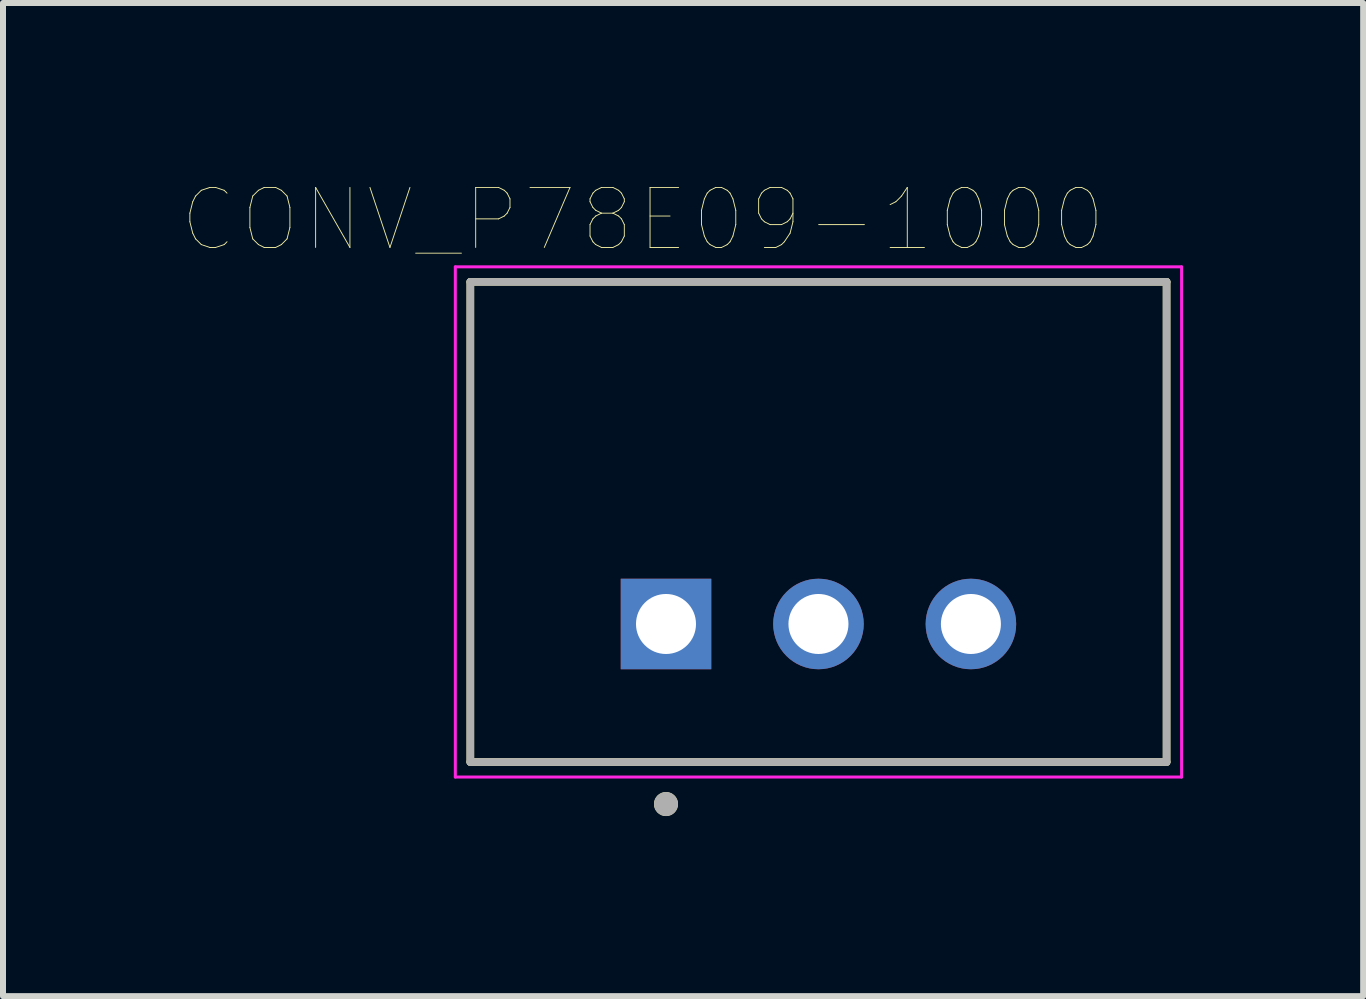
<source format=kicad_pcb>
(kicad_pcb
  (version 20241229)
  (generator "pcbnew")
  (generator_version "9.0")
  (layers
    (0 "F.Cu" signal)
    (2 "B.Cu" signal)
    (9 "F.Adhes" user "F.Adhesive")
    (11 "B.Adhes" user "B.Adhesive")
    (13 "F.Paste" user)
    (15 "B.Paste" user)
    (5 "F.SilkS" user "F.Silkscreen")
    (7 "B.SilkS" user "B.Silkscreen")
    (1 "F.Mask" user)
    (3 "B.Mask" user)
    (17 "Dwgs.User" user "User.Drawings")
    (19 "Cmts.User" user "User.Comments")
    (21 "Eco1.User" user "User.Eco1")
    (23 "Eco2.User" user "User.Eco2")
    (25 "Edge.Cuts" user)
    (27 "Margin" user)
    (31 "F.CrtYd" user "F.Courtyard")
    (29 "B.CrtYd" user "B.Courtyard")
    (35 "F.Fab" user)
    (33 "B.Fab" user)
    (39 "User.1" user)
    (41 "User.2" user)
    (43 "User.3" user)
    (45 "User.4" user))
  (footprint "CONV_P78E09-1000"
    (layer "F.Cu")
    (at 10.586 7.346)
    (property "Reference" "CONV_P78E09-1000" (at -2.925 -6.735 0) (layer "F.SilkS") (effects (font (size 1 1) (thickness 0.015))))
    (attr through_hole)
    (fp_line (start -5.8 -5.7) (end 5.8 -5.7) (stroke (width 0.127) (type solid)) (layer "F.SilkS"))
    (fp_line (start -5.8 2.3) (end -5.8 -5.7) (stroke (width 0.127) (type solid)) (layer "F.SilkS"))
    (fp_line (start 5.8 -5.7) (end 5.8 2.3) (stroke (width 0.127) (type solid)) (layer "F.SilkS"))
    (fp_line (start 5.8 2.3) (end -5.8 2.3) (stroke (width 0.127) (type solid)) (layer "F.SilkS"))
    (fp_circle (center -2.54 3) (end -2.44 3) (stroke (width 0.2) (type solid)) (fill no) (layer "F.SilkS"))
    (fp_line (start -6.05 -5.95) (end 6.05 -5.95) (stroke (width 0.05) (type solid)) (layer "F.CrtYd"))
    (fp_line (start -6.05 2.55) (end -6.05 -5.95) (stroke (width 0.05) (type solid)) (layer "F.CrtYd"))
    (fp_line (start 6.05 -5.95) (end 6.05 2.55) (stroke (width 0.05) (type solid)) (layer "F.CrtYd"))
    (fp_line (start 6.05 2.55) (end -6.05 2.55) (stroke (width 0.05) (type solid)) (layer "F.CrtYd"))
    (fp_line (start -5.8 -5.7) (end 5.8 -5.7) (stroke (width 0.127) (type solid)) (layer "F.Fab"))
    (fp_line (start -5.8 2.3) (end -5.8 -5.7) (stroke (width 0.127) (type solid)) (layer "F.Fab"))
    (fp_line (start 5.8 -5.7) (end 5.8 2.3) (stroke (width 0.127) (type solid)) (layer "F.Fab"))
    (fp_line (start 5.8 2.3) (end -5.8 2.3) (stroke (width 0.127) (type solid)) (layer "F.Fab"))
    (fp_circle (center -2.54 3) (end -2.44 3) (stroke (width 0.2) (type solid)) (fill no) (layer "F.Fab"))
    (pad "1" thru_hole rect (at -2.54 0) (size 1.508 1.508) (drill 1) (layers "*.Cu" "*.Mask"))
    (pad "2" thru_hole circle (at 0 0) (size 1.508 1.508) (drill 1) (layers "*.Cu" "*.Mask"))
    (pad "3" thru_hole circle (at 2.54 0) (size 1.508 1.508) (drill 1) (layers "*.Cu" "*.Mask")))
  (gr_rect
    (start -3 -3)
    (end 19.661 13.546)
    (stroke (width 0.1) (type default))
    (fill no)
    (layer "Edge.Cuts")))
</source>
